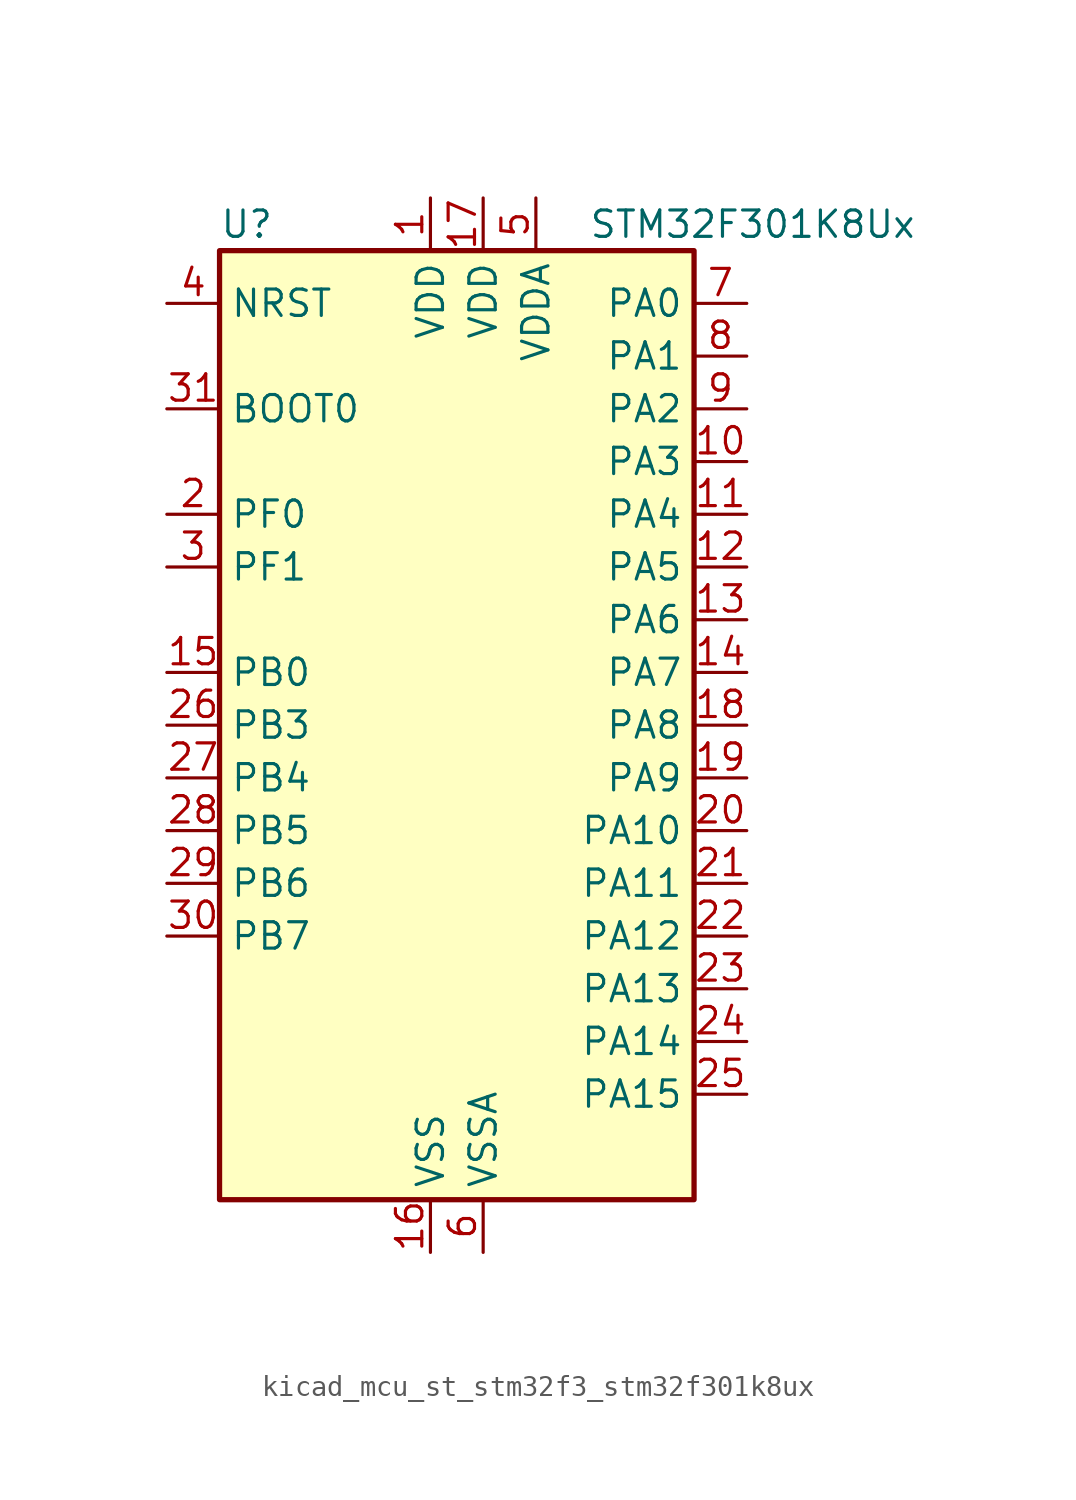
<source format=kicad_sym>
(kicad_symbol_lib
  (version 20220914)
  (generator kicad_symbol_editor)
  (symbol "kicad_mcu_st_stm32f3_stm32f301k8ux"
    (property "Reference" "U"
      (at -10.16 24.13 0)
      (effects (font (size 1.27 1.27)) (justify left)))
    (property "Value" "STM32F301K8Ux"
      (at 7.62 24.13 0)
      (effects (font (size 1.27 1.27)) (justify left)))
    (property "ki_locked" ""
      (at 0 0 0)
      (effects (font (size 1.27 1.27))))
    (symbol "kicad_mcu_st_stm32f3_stm32f301k8ux_0_1"
      (rectangle (start -10.16 -22.86) (end 12.7 22.86) (stroke (width 0.254) (type default)) (fill (type background))))
    (symbol "kicad_mcu_st_stm32f3_stm32f301k8ux_1_1"
      (pin power_in line (at 0 25.4 270) (length 2.54) (name "VDD" (effects (font (size 1.27 1.27)))) (number "1" (effects (font (size 1.27 1.27)))))
      (pin bidirectional line (at 15.24 12.7 180) (length 2.54) (name "PA3" (effects (font (size 1.27 1.27)))) (number "10" (effects (font (size 1.27 1.27)))) (alternate "ADC1_IN4" bidirectional line) (alternate "TIM15_CH2" bidirectional line) (alternate "TIM2_CH4" bidirectional line) (alternate "TSC_G1_IO4" bidirectional line) (alternate "USART2_RX" bidirectional line))
      (pin bidirectional line (at 15.24 10.16 180) (length 2.54) (name "PA4" (effects (font (size 1.27 1.27)))) (number "11" (effects (font (size 1.27 1.27)))) (alternate "ADC1_IN5" bidirectional line) (alternate "COMP2_INM" bidirectional line) (alternate "COMP4_INM" bidirectional line) (alternate "DAC_OUT1" bidirectional line) (alternate "I2S3_WS" bidirectional line) (alternate "SPI3_NSS" bidirectional line) (alternate "TSC_G2_IO1" bidirectional line) (alternate "USART2_CK" bidirectional line))
      (pin bidirectional line (at 15.24 7.62 180) (length 2.54) (name "PA5" (effects (font (size 1.27 1.27)))) (number "12" (effects (font (size 1.27 1.27)))) (alternate "OPAMP2_VINM" bidirectional line) (alternate "OPAMP2_VINM_SEC" bidirectional line) (alternate "TIM2_CH1" bidirectional line) (alternate "TIM2_ETR" bidirectional line) (alternate "TSC_G2_IO2" bidirectional line))
      (pin bidirectional line (at 15.24 5.08 180) (length 2.54) (name "PA6" (effects (font (size 1.27 1.27)))) (number "13" (effects (font (size 1.27 1.27)))) (alternate "ADC1_IN10" bidirectional line) (alternate "OPAMP2_VOUT" bidirectional line) (alternate "TIM16_CH1" bidirectional line) (alternate "TIM1_BKIN" bidirectional line) (alternate "TSC_G2_IO3" bidirectional line))
      (pin bidirectional line (at 15.24 2.54 180) (length 2.54) (name "PA7" (effects (font (size 1.27 1.27)))) (number "14" (effects (font (size 1.27 1.27)))) (alternate "ADC1_IN15" bidirectional line) (alternate "COMP2_INP" bidirectional line) (alternate "OPAMP2_VINP" bidirectional line) (alternate "OPAMP2_VINP_SEC" bidirectional line) (alternate "TIM17_CH1" bidirectional line) (alternate "TIM1_CH1N" bidirectional line) (alternate "TSC_G2_IO4" bidirectional line))
      (pin bidirectional line (at -12.7 2.54 0) (length 2.54) (name "PB0" (effects (font (size 1.27 1.27)))) (number "15" (effects (font (size 1.27 1.27)))) (alternate "ADC1_IN11" bidirectional line) (alternate "COMP4_INP" bidirectional line) (alternate "OPAMP2_VINP" bidirectional line) (alternate "OPAMP2_VINP_SEC" bidirectional line) (alternate "TIM1_CH2N" bidirectional line) (alternate "TSC_G3_IO2" bidirectional line))
      (pin power_in line (at 0 -25.4 90) (length 2.54) (name "VSS" (effects (font (size 1.27 1.27)))) (number "16" (effects (font (size 1.27 1.27)))))
      (pin power_in line (at 2.54 25.4 270) (length 2.54) (name "VDD" (effects (font (size 1.27 1.27)))) (number "17" (effects (font (size 1.27 1.27)))))
      (pin bidirectional line (at 15.24 0 180) (length 2.54) (name "PA8" (effects (font (size 1.27 1.27)))) (number "18" (effects (font (size 1.27 1.27)))) (alternate "I2C2_SMBA" bidirectional line) (alternate "I2C3_SCL" bidirectional line) (alternate "I2S2_MCK" bidirectional line) (alternate "RCC_MCO" bidirectional line) (alternate "TIM1_CH1" bidirectional line) (alternate "USART1_CK" bidirectional line))
      (pin bidirectional line (at 15.24 -2.54 180) (length 2.54) (name "PA9" (effects (font (size 1.27 1.27)))) (number "19" (effects (font (size 1.27 1.27)))) (alternate "DAC_EXTI9" bidirectional line) (alternate "I2C2_SCL" bidirectional line) (alternate "I2C3_SMBA" bidirectional line) (alternate "I2S3_MCK" bidirectional line) (alternate "TIM15_BKIN" bidirectional line) (alternate "TIM1_CH2" bidirectional line) (alternate "TIM2_CH3" bidirectional line) (alternate "TSC_G4_IO1" bidirectional line) (alternate "USART1_TX" bidirectional line))
      (pin bidirectional line (at -12.7 10.16 0) (length 2.54) (name "PF0" (effects (font (size 1.27 1.27)))) (number "2" (effects (font (size 1.27 1.27)))) (alternate "I2C2_SDA" bidirectional line) (alternate "I2S2_WS" bidirectional line) (alternate "RCC_OSC_IN" bidirectional line) (alternate "SPI2_NSS" bidirectional line) (alternate "TIM1_CH3N" bidirectional line))
      (pin bidirectional line (at 15.24 -5.08 180) (length 2.54) (name "PA10" (effects (font (size 1.27 1.27)))) (number "20" (effects (font (size 1.27 1.27)))) (alternate "I2C2_SDA" bidirectional line) (alternate "I2S2_ext_SD" bidirectional line) (alternate "SPI2_MISO" bidirectional line) (alternate "TIM17_BKIN" bidirectional line) (alternate "TIM1_CH3" bidirectional line) (alternate "TIM2_CH4" bidirectional line) (alternate "TSC_G4_IO2" bidirectional line) (alternate "USART1_RX" bidirectional line))
      (pin bidirectional line (at 15.24 -7.62 180) (length 2.54) (name "PA11" (effects (font (size 1.27 1.27)))) (number "21" (effects (font (size 1.27 1.27)))) (alternate "ADC1_EXTI11" bidirectional line) (alternate "I2S2_SD" bidirectional line) (alternate "SPI2_MOSI" bidirectional line) (alternate "TIM1_BKIN2" bidirectional line) (alternate "TIM1_CH1N" bidirectional line) (alternate "TIM1_CH4" bidirectional line) (alternate "USART1_CTS" bidirectional line))
      (pin bidirectional line (at 15.24 -10.16 180) (length 2.54) (name "PA12" (effects (font (size 1.27 1.27)))) (number "22" (effects (font (size 1.27 1.27)))) (alternate "COMP2_OUT" bidirectional line) (alternate "I2S_CKIN" bidirectional line) (alternate "TIM16_CH1" bidirectional line) (alternate "TIM1_CH2N" bidirectional line) (alternate "TIM1_ETR" bidirectional line) (alternate "USART1_DE" bidirectional line) (alternate "USART1_RTS" bidirectional line))
      (pin bidirectional line (at 15.24 -12.7 180) (length 2.54) (name "PA13" (effects (font (size 1.27 1.27)))) (number "23" (effects (font (size 1.27 1.27)))) (alternate "IR_OUT" bidirectional line) (alternate "SYS_JTMS-SWDIO" bidirectional line) (alternate "TIM16_CH1N" bidirectional line) (alternate "TSC_G4_IO3" bidirectional line))
      (pin bidirectional line (at 15.24 -15.24 180) (length 2.54) (name "PA14" (effects (font (size 1.27 1.27)))) (number "24" (effects (font (size 1.27 1.27)))) (alternate "I2C1_SDA" bidirectional line) (alternate "SYS_JTCK-SWCLK" bidirectional line) (alternate "TIM1_BKIN" bidirectional line) (alternate "TSC_G4_IO4" bidirectional line) (alternate "USART2_TX" bidirectional line))
      (pin bidirectional line (at 15.24 -17.78 180) (length 2.54) (name "PA15" (effects (font (size 1.27 1.27)))) (number "25" (effects (font (size 1.27 1.27)))) (alternate "ADC1_EXTI15" bidirectional line) (alternate "I2C1_SCL" bidirectional line) (alternate "I2S3_WS" bidirectional line) (alternate "SPI3_NSS" bidirectional line) (alternate "SYS_JTDI" bidirectional line) (alternate "TIM1_BKIN" bidirectional line) (alternate "TIM2_CH1" bidirectional line) (alternate "TIM2_ETR" bidirectional line) (alternate "TSC_SYNC" bidirectional line) (alternate "USART2_RX" bidirectional line))
      (pin bidirectional line (at -12.7 0 0) (length 2.54) (name "PB3" (effects (font (size 1.27 1.27)))) (number "26" (effects (font (size 1.27 1.27)))) (alternate "I2S3_CK" bidirectional line) (alternate "SPI3_SCK" bidirectional line) (alternate "SYS_JTDO-TRACESWO" bidirectional line) (alternate "TIM2_CH2" bidirectional line) (alternate "TSC_G5_IO1" bidirectional line) (alternate "USART2_TX" bidirectional line))
      (pin bidirectional line (at -12.7 -2.54 0) (length 2.54) (name "PB4" (effects (font (size 1.27 1.27)))) (number "27" (effects (font (size 1.27 1.27)))) (alternate "I2S3_ext_SD" bidirectional line) (alternate "SPI3_MISO" bidirectional line) (alternate "SYS_NJTRST" bidirectional line) (alternate "TIM16_CH1" bidirectional line) (alternate "TIM17_BKIN" bidirectional line) (alternate "TSC_G5_IO2" bidirectional line) (alternate "USART2_RX" bidirectional line))
      (pin bidirectional line (at -12.7 -5.08 0) (length 2.54) (name "PB5" (effects (font (size 1.27 1.27)))) (number "28" (effects (font (size 1.27 1.27)))) (alternate "I2C1_SMBA" bidirectional line) (alternate "I2C3_SDA" bidirectional line) (alternate "I2S3_SD" bidirectional line) (alternate "SPI3_MOSI" bidirectional line) (alternate "TIM16_BKIN" bidirectional line) (alternate "TIM17_CH1" bidirectional line) (alternate "USART2_CK" bidirectional line))
      (pin bidirectional line (at -12.7 -7.62 0) (length 2.54) (name "PB6" (effects (font (size 1.27 1.27)))) (number "29" (effects (font (size 1.27 1.27)))) (alternate "I2C1_SCL" bidirectional line) (alternate "TIM16_CH1N" bidirectional line) (alternate "TSC_G5_IO3" bidirectional line) (alternate "USART1_TX" bidirectional line))
      (pin bidirectional line (at -12.7 7.62 0) (length 2.54) (name "PF1" (effects (font (size 1.27 1.27)))) (number "3" (effects (font (size 1.27 1.27)))) (alternate "I2C2_SCL" bidirectional line) (alternate "I2S2_CK" bidirectional line) (alternate "RCC_OSC_OUT" bidirectional line) (alternate "SPI2_SCK" bidirectional line))
      (pin bidirectional line (at -12.7 -10.16 0) (length 2.54) (name "PB7" (effects (font (size 1.27 1.27)))) (number "30" (effects (font (size 1.27 1.27)))) (alternate "I2C1_SDA" bidirectional line) (alternate "TIM17_CH1N" bidirectional line) (alternate "TSC_G5_IO4" bidirectional line) (alternate "USART1_RX" bidirectional line))
      (pin input line (at -12.7 15.24 0) (length 2.54) (name "BOOT0" (effects (font (size 1.27 1.27)))) (number "31" (effects (font (size 1.27 1.27)))))
      (pin passive line (at 0 -25.4 90) (length 2.54) hide (name "VSS" (effects (font (size 1.27 1.27)))) (number "32" (effects (font (size 1.27 1.27)))))
      (pin passive line (at 0 -25.4 90) (length 2.54) hide (name "VSS" (effects (font (size 1.27 1.27)))) (number "33" (effects (font (size 1.27 1.27)))))
      (pin input line (at -12.7 20.32 0) (length 2.54) (name "NRST" (effects (font (size 1.27 1.27)))) (number "4" (effects (font (size 1.27 1.27)))))
      (pin power_in line (at 5.08 25.4 270) (length 2.54) (name "VDDA" (effects (font (size 1.27 1.27)))) (number "5" (effects (font (size 1.27 1.27)))))
      (pin power_in line (at 2.54 -25.4 90) (length 2.54) (name "VSSA" (effects (font (size 1.27 1.27)))) (number "6" (effects (font (size 1.27 1.27)))))
      (pin bidirectional line (at 15.24 20.32 180) (length 2.54) (name "PA0" (effects (font (size 1.27 1.27)))) (number "7" (effects (font (size 1.27 1.27)))) (alternate "ADC1_IN1" bidirectional line) (alternate "RTC_TAMP2" bidirectional line) (alternate "SYS_WKUP1" bidirectional line) (alternate "TIM2_CH1" bidirectional line) (alternate "TIM2_ETR" bidirectional line) (alternate "TSC_G1_IO1" bidirectional line) (alternate "USART2_CTS" bidirectional line))
      (pin bidirectional line (at 15.24 17.78 180) (length 2.54) (name "PA1" (effects (font (size 1.27 1.27)))) (number "8" (effects (font (size 1.27 1.27)))) (alternate "ADC1_IN2" bidirectional line) (alternate "RTC_REFIN" bidirectional line) (alternate "TIM15_CH1N" bidirectional line) (alternate "TIM2_CH2" bidirectional line) (alternate "TSC_G1_IO2" bidirectional line) (alternate "USART2_DE" bidirectional line) (alternate "USART2_RTS" bidirectional line))
      (pin bidirectional line (at 15.24 15.24 180) (length 2.54) (name "PA2" (effects (font (size 1.27 1.27)))) (number "9" (effects (font (size 1.27 1.27)))) (alternate "ADC1_IN3" bidirectional line) (alternate "COMP2_INM" bidirectional line) (alternate "COMP2_OUT" bidirectional line) (alternate "TIM15_CH1" bidirectional line) (alternate "TIM2_CH3" bidirectional line) (alternate "TSC_G1_IO3" bidirectional line) (alternate "USART2_TX" bidirectional line)))))
</source>
